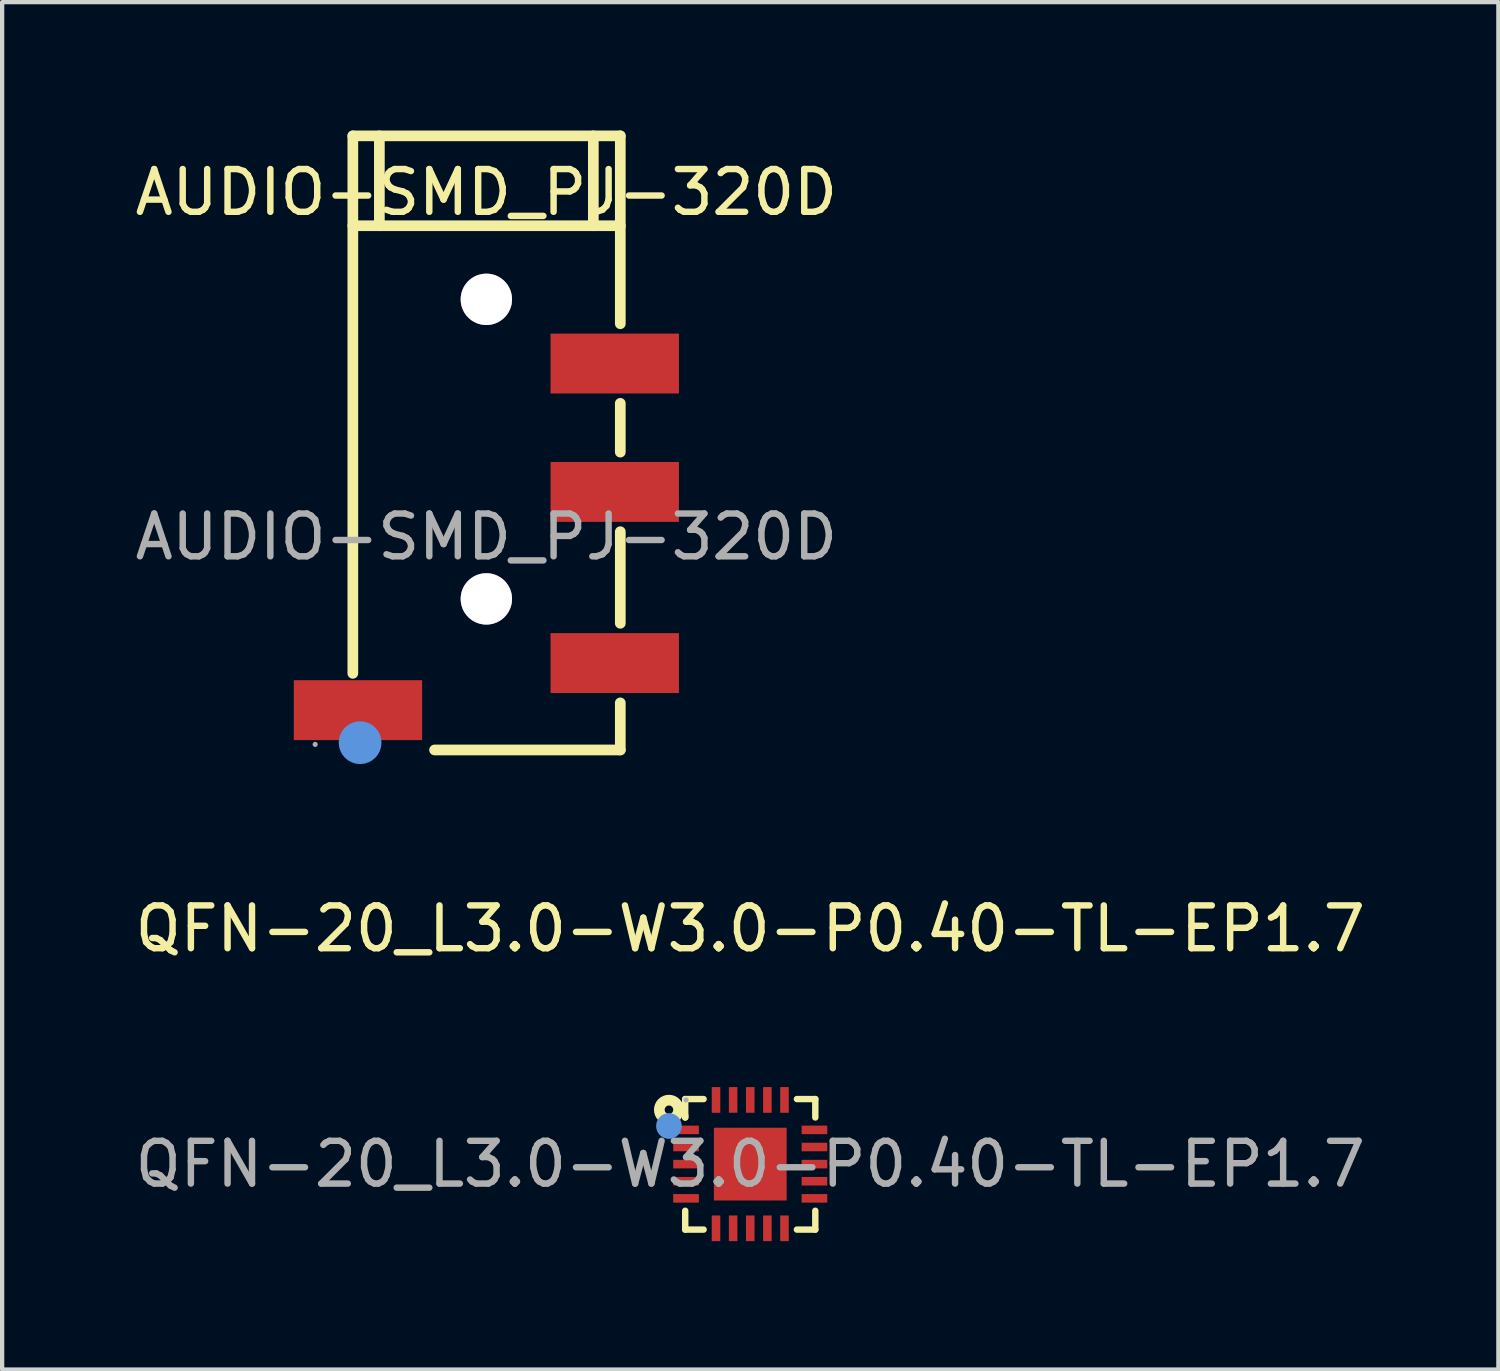
<source format=kicad_pcb>
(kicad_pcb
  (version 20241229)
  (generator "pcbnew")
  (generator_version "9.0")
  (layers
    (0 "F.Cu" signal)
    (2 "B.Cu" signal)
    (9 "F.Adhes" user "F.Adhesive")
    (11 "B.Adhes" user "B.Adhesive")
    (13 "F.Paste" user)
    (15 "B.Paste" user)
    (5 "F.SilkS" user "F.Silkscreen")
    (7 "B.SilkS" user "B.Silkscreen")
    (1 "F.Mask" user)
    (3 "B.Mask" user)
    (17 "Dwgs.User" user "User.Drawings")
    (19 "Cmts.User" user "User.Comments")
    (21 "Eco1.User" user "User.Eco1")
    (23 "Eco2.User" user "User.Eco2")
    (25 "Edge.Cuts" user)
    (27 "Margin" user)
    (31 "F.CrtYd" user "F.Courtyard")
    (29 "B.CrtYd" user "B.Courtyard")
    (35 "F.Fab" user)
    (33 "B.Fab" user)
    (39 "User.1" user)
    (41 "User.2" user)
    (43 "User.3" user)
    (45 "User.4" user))
  (footprint "AUDIO-SMD_PJ-320D"
    (layer "F.Cu")
    (at 8.315 9.495)
    (property "Reference" "AUDIO-SMD_PJ-320D" (at 0 -8.05 0) (layer "F.SilkS") (effects (font (size 1 1) (thickness 0.15))))
    (attr smd)
    (fp_line (start -3.12 -9.37) (end -3.12 3.19) (stroke (width 0.25) (type solid)) (layer "F.SilkS"))
    (fp_line (start -3.12 -9.37) (end 3.13 -9.37) (stroke (width 0.25) (type solid)) (layer "F.SilkS"))
    (fp_line (start -2.5 -9.37) (end -2.5 -7.27) (stroke (width 0.25) (type solid)) (layer "F.SilkS"))
    (fp_line (start 2.5 -7.27) (end 2.5 -9.37) (stroke (width 0.25) (type solid)) (layer "F.SilkS"))
    (fp_line (start 3.13 -9.37) (end 3.13 -4.98) (stroke (width 0.25) (type solid)) (layer "F.SilkS"))
    (fp_line (start 3.13 -7.27) (end -3.12 -7.27) (stroke (width 0.25) (type solid)) (layer "F.SilkS"))
    (fp_line (start 3.13 -3.12) (end 3.13 -1.98) (stroke (width 0.25) (type solid)) (layer "F.SilkS"))
    (fp_line (start 3.13 -0.12) (end 3.13 2.02) (stroke (width 0.25) (type solid)) (layer "F.SilkS"))
    (fp_line (start 3.13 3.88) (end 3.13 4.98) (stroke (width 0.25) (type solid)) (layer "F.SilkS"))
    (fp_line (start 3.13 4.98) (end -1.21 4.98) (stroke (width 0.25) (type solid)) (layer "F.SilkS"))
    (fp_circle (center -2.95 4.81) (end -2.7 4.81) (stroke (width 0.5) (type solid)) (fill no) (layer "Cmts.User"))
    (fp_circle (center 0 -5.55) (end 0.2 -5.55) (stroke (width 0.4) (type solid)) (fill no) (layer "Cmts.User"))
    (fp_circle (center 0 1.45) (end 0.2 1.45) (stroke (width 0.4) (type solid)) (fill no) (layer "Cmts.User"))
    (fp_circle (center -4 4.85) (end -3.97 4.85) (stroke (width 0.06) (type solid)) (fill no) (layer "F.Fab"))
    (fp_text user "${REFERENCE}" (at 0 0 0) (layer "F.Fab") (effects (font (size 1 1) (thickness 0.15))))
    (pad "" thru_hole circle (at 0 -5.55) (size 1.2 1.2) (drill 1.2) (layers "*.Cu" "*.Mask"))
    (pad "" thru_hole circle (at 0 1.45) (size 1.2 1.2) (drill 1.2) (layers "*.Cu" "*.Mask"))
    (pad "1" smd rect (at -3 4.05) (size 3 1.4) (layers "F.Cu" "F.Mask" "F.Paste"))
    (pad "2" smd rect (at 3 -4.05) (size 3 1.4) (layers "F.Cu" "F.Mask" "F.Paste"))
    (pad "3" smd rect (at 3 -1.05) (size 3 1.4) (layers "F.Cu" "F.Mask" "F.Paste"))
    (pad "4" smd rect (at 3 2.95) (size 3 1.4) (layers "F.Cu" "F.Mask" "F.Paste")))
  (footprint "QFN-20_L3.0-W3.0-P0.40-TL-EP1.7"
    (layer "F.Cu")
    (at 14.482 24.153)
    (property "Reference" "QFN-20_L3.0-W3.0-P0.40-TL-EP1.7" (at 0 -5.5 0) (layer "F.SilkS") (effects (font (size 1 1) (thickness 0.15))))
    (attr smd)
    (fp_line (start -1.52 -1.52) (end -1.09 -1.52) (stroke (width 0.15) (type solid)) (layer "F.SilkS"))
    (fp_line (start -1.52 -1.09) (end -1.52 -1.52) (stroke (width 0.15) (type solid)) (layer "F.SilkS"))
    (fp_line (start -1.52 -1.09) (end -1.52 -1.14) (stroke (width 0.15) (type solid)) (layer "F.SilkS"))
    (fp_line (start -1.52 1.53) (end -1.52 1.09) (stroke (width 0.15) (type solid)) (layer "F.SilkS"))
    (fp_line (start -1.09 1.53) (end -1.52 1.53) (stroke (width 0.15) (type solid)) (layer "F.SilkS"))
    (fp_line (start 1.09 -1.52) (end 1.52 -1.52) (stroke (width 0.15) (type solid)) (layer "F.SilkS"))
    (fp_line (start 1.52 -1.52) (end 1.52 -1.09) (stroke (width 0.15) (type solid)) (layer "F.SilkS"))
    (fp_line (start 1.52 1.09) (end 1.52 1.53) (stroke (width 0.15) (type solid)) (layer "F.SilkS"))
    (fp_line (start 1.52 1.53) (end 1.09 1.53) (stroke (width 0.15) (type solid)) (layer "F.SilkS"))
    (fp_circle (center -1.9 -1.27) (end -1.8 -1.27) (stroke (width 0.25) (type solid)) (fill no) (layer "F.SilkS"))
    (fp_circle (center -1.9 -0.89) (end -1.75 -0.89) (stroke (width 0.3) (type solid)) (fill no) (layer "Cmts.User"))
    (fp_circle (center -1.5 -1.5) (end -1.47 -1.5) (stroke (width 0.06) (type solid)) (fill no) (layer "F.Fab"))
    (fp_text user "${REFERENCE}" (at 0 0 0) (layer "F.Fab") (effects (font (size 1 1) (thickness 0.15))))
    (pad "1" smd rect (at -1.5 -0.8) (size 0.6 0.2) (layers "F.Cu" "F.Mask" "F.Paste"))
    (pad "2" smd rect (at -1.5 -0.4) (size 0.6 0.2) (layers "F.Cu" "F.Mask" "F.Paste"))
    (pad "3" smd rect (at -1.5 0) (size 0.6 0.2) (layers "F.Cu" "F.Mask" "F.Paste"))
    (pad "4" smd rect (at -1.5 0.4) (size 0.6 0.2) (layers "F.Cu" "F.Mask" "F.Paste"))
    (pad "5" smd rect (at -1.5 0.8) (size 0.6 0.2) (layers "F.Cu" "F.Mask" "F.Paste"))
    (pad "6" smd rect (at -0.8 1.5) (size 0.2 0.6) (layers "F.Cu" "F.Mask" "F.Paste"))
    (pad "7" smd rect (at -0.4 1.5) (size 0.2 0.6) (layers "F.Cu" "F.Mask" "F.Paste"))
    (pad "8" smd rect (at 0 1.5) (size 0.2 0.6) (layers "F.Cu" "F.Mask" "F.Paste"))
    (pad "9" smd rect (at 0.4 1.5) (size 0.2 0.6) (layers "F.Cu" "F.Mask" "F.Paste"))
    (pad "10" smd rect (at 0.8 1.5) (size 0.2 0.6) (layers "F.Cu" "F.Mask" "F.Paste"))
    (pad "11" smd rect (at 1.5 0.8) (size 0.6 0.2) (layers "F.Cu" "F.Mask" "F.Paste"))
    (pad "12" smd rect (at 1.5 0.4) (size 0.6 0.2) (layers "F.Cu" "F.Mask" "F.Paste"))
    (pad "13" smd rect (at 1.5 0) (size 0.6 0.2) (layers "F.Cu" "F.Mask" "F.Paste"))
    (pad "14" smd rect (at 1.5 -0.4) (size 0.6 0.2) (layers "F.Cu" "F.Mask" "F.Paste"))
    (pad "15" smd rect (at 1.5 -0.8) (size 0.6 0.2) (layers "F.Cu" "F.Mask" "F.Paste"))
    (pad "16" smd rect (at 0.8 -1.5) (size 0.2 0.6) (layers "F.Cu" "F.Mask" "F.Paste"))
    (pad "17" smd rect (at 0.4 -1.5) (size 0.2 0.6) (layers "F.Cu" "F.Mask" "F.Paste"))
    (pad "18" smd rect (at 0 -1.5) (size 0.2 0.6) (layers "F.Cu" "F.Mask" "F.Paste"))
    (pad "19" smd rect (at -0.4 -1.5) (size 0.2 0.6) (layers "F.Cu" "F.Mask" "F.Paste"))
    (pad "20" smd rect (at -0.8 -1.5) (size 0.2 0.6) (layers "F.Cu" "F.Mask" "F.Paste"))
    (pad "21" smd rect (at 0 0 180) (size 1.7 1.7) (layers "F.Cu" "F.Mask" "F.Paste")))
  (gr_rect
    (start -3 -3)
    (end 31.964 28.953)
    (stroke (width 0.1) (type default))
    (fill no)
    (layer "Edge.Cuts")))
</source>
